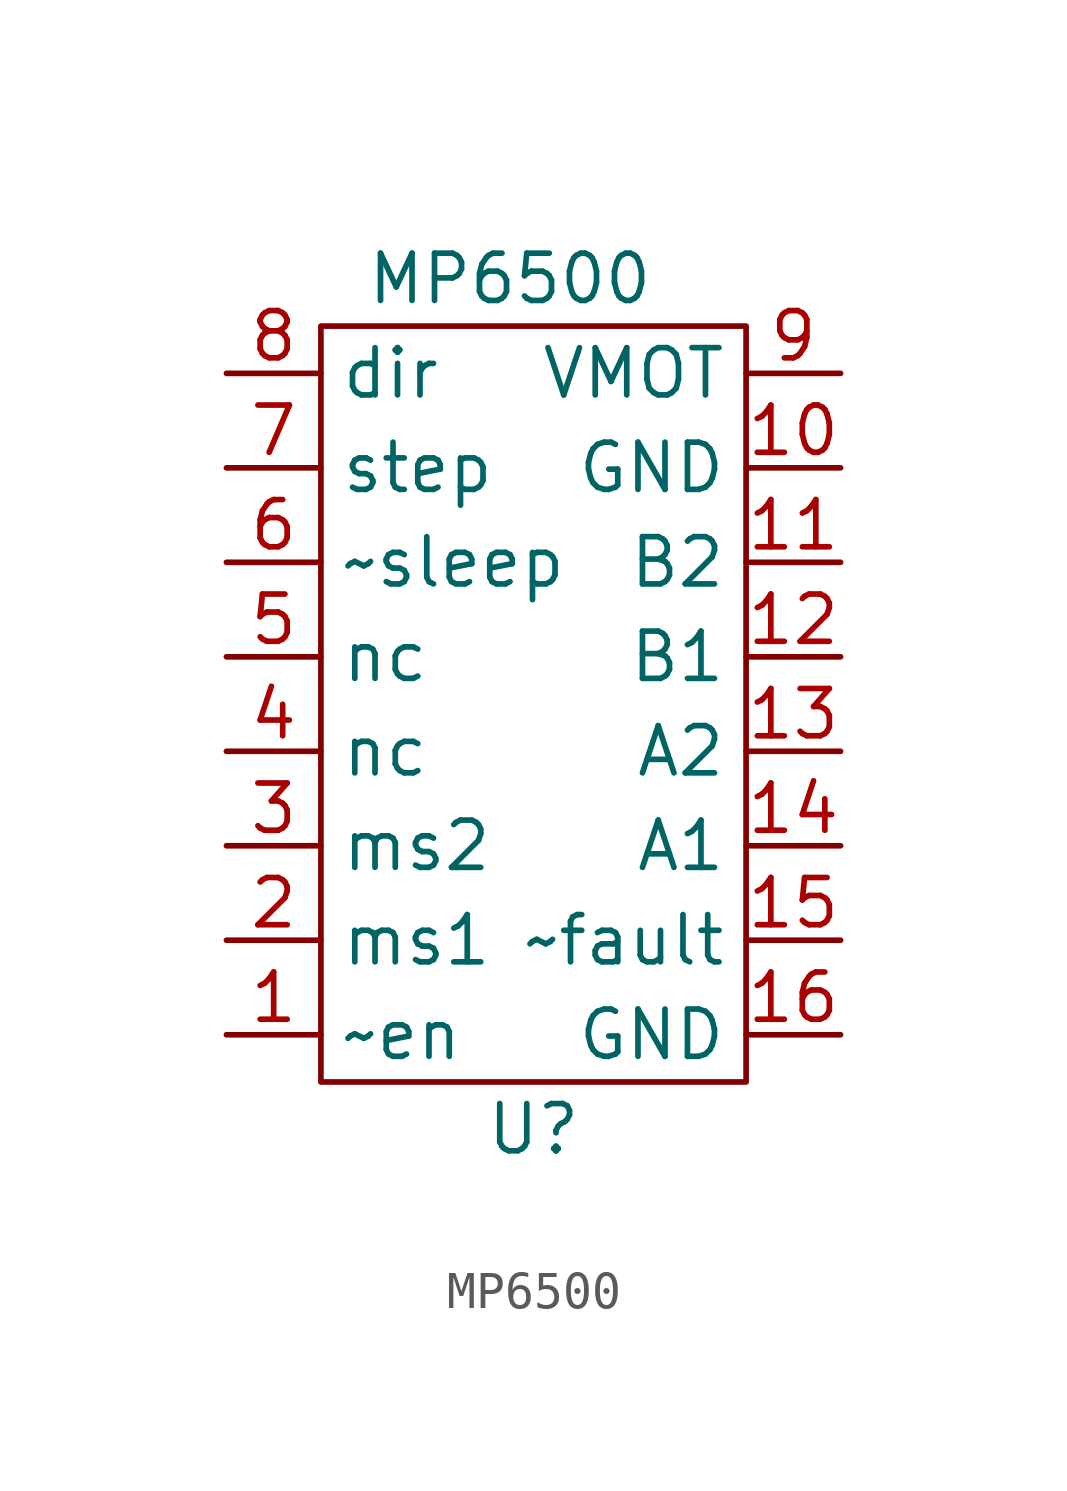
<source format=kicad_sym>
(kicad_symbol_lib
  (version 20211014)
  (generator kicad_symbol_editor)
  (symbol "MP6500"
    (property "Reference" "U"
      (at 5.715 -21.59 0)
      (effects (font (size 1.27 1.27))))
    (property "Value" "MP6500"
      (at 5.08 1.27 0)
      (effects (font (size 1.27 1.27))))
    (symbol "MP6500_0_1"
      (rectangle (start 0 0) (end 11.43 -20.32) (stroke (width 0) (type default) (color 0 0 0 0)) (fill (type none))))
    (symbol "MP6500_1_1"
      (pin passive line (at -2.54 -19.05 0) (length 2.54) (name "~en" (effects (font (size 1.27 1.27)))) (number "1" (effects (font (size 1.27 1.27)))))
      (pin passive line (at 13.97 -3.81 180) (length 2.54) (name "GND" (effects (font (size 1.27 1.27)))) (number "10" (effects (font (size 1.27 1.27)))))
      (pin passive line (at 13.97 -6.35 180) (length 2.54) (name "B2" (effects (font (size 1.27 1.27)))) (number "11" (effects (font (size 1.27 1.27)))))
      (pin passive line (at 13.97 -8.89 180) (length 2.54) (name "B1" (effects (font (size 1.27 1.27)))) (number "12" (effects (font (size 1.27 1.27)))))
      (pin passive line (at 13.97 -11.43 180) (length 2.54) (name "A2" (effects (font (size 1.27 1.27)))) (number "13" (effects (font (size 1.27 1.27)))))
      (pin passive line (at 13.97 -13.97 180) (length 2.54) (name "A1" (effects (font (size 1.27 1.27)))) (number "14" (effects (font (size 1.27 1.27)))))
      (pin passive line (at 13.97 -16.51 180) (length 2.54) (name "~fault" (effects (font (size 1.27 1.27)))) (number "15" (effects (font (size 1.27 1.27)))))
      (pin passive line (at 13.97 -19.05 180) (length 2.54) (name "GND" (effects (font (size 1.27 1.27)))) (number "16" (effects (font (size 1.27 1.27)))))
      (pin passive line (at -2.54 -16.51 0) (length 2.54) (name "ms1" (effects (font (size 1.27 1.27)))) (number "2" (effects (font (size 1.27 1.27)))))
      (pin passive line (at -2.54 -13.97 0) (length 2.54) (name "ms2" (effects (font (size 1.27 1.27)))) (number "3" (effects (font (size 1.27 1.27)))))
      (pin passive line (at -2.54 -11.43 0) (length 2.54) (name "nc" (effects (font (size 1.27 1.27)))) (number "4" (effects (font (size 1.27 1.27)))))
      (pin passive line (at -2.54 -8.89 0) (length 2.54) (name "nc" (effects (font (size 1.27 1.27)))) (number "5" (effects (font (size 1.27 1.27)))))
      (pin passive line (at -2.54 -6.35 0) (length 2.54) (name "~sleep" (effects (font (size 1.27 1.27)))) (number "6" (effects (font (size 1.27 1.27)))))
      (pin passive line (at -2.54 -3.81 0) (length 2.54) (name "step" (effects (font (size 1.27 1.27)))) (number "7" (effects (font (size 1.27 1.27)))))
      (pin passive line (at -2.54 -1.27 0) (length 2.54) (name "dir" (effects (font (size 1.27 1.27)))) (number "8" (effects (font (size 1.27 1.27)))))
      (pin passive line (at 13.97 -1.27 180) (length 2.54) (name "VMOT" (effects (font (size 1.27 1.27)))) (number "9" (effects (font (size 1.27 1.27))))))))
</source>
